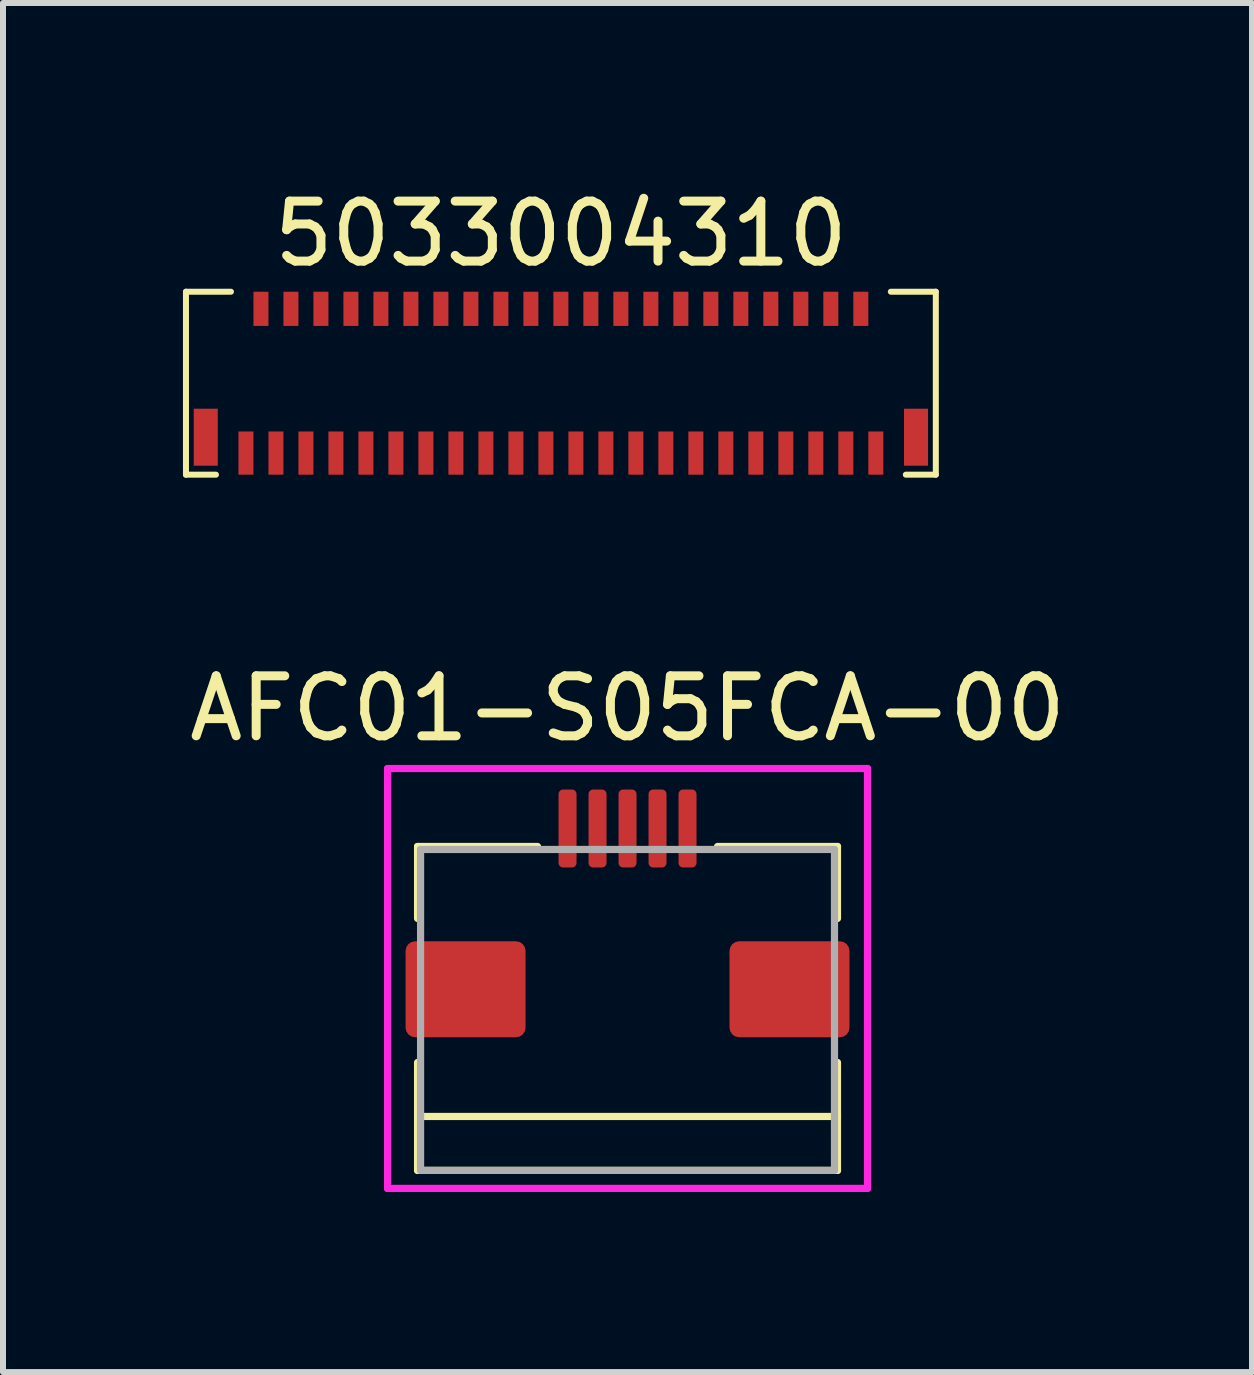
<source format=kicad_pcb>
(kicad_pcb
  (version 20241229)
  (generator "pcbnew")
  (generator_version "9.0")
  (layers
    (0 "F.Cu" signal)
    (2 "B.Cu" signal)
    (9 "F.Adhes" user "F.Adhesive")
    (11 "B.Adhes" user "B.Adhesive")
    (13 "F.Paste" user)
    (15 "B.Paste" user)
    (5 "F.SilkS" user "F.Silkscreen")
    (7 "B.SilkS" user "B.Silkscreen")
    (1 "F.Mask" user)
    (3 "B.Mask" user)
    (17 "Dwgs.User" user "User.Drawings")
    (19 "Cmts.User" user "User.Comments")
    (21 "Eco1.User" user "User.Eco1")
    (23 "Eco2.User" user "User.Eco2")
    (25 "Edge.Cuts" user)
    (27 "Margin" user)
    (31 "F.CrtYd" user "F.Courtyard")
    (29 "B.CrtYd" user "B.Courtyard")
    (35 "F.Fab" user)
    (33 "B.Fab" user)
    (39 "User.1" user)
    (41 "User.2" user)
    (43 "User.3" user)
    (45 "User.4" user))
  (footprint "5033004310"
    (layer "F.Cu")
    (at 6.3 2.098)
    (property "Reference" "5033004310" (at 0 -1.25 0) (layer "F.SilkS") (effects (font (size 1 1) (thickness 0.15))))
    (attr through_hole)
    (fp_line (start -6.25 -0.285) (end -6.25 2.765) (stroke (width 0.1) (type solid)) (layer "F.SilkS"))
    (fp_line (start -6.25 -0.285) (end -5.5 -0.285) (stroke (width 0.1) (type solid)) (layer "F.SilkS"))
    (fp_line (start -6.25 2.765) (end -5.75 2.765) (stroke (width 0.1) (type solid)) (layer "F.SilkS"))
    (fp_line (start 6.25 -0.285) (end 5.5 -0.285) (stroke (width 0.1) (type solid)) (layer "F.SilkS"))
    (fp_line (start 6.25 -0.285) (end 6.25 2.765) (stroke (width 0.1) (type solid)) (layer "F.SilkS"))
    (fp_line (start 6.25 2.765) (end 5.75 2.765) (stroke (width 0.1) (type solid)) (layer "F.SilkS"))
    (pad "1" smd rect (at 5.25 2.405) (size 0.25 0.72) (layers "F.Cu" "F.Mask" "F.Paste"))
    (pad "2" smd rect (at 5 0) (size 0.25 0.57) (layers "F.Cu" "F.Mask" "F.Paste"))
    (pad "3" smd rect (at 4.75 2.405) (size 0.25 0.72) (layers "F.Cu" "F.Mask" "F.Paste"))
    (pad "4" smd rect (at 4.5 0) (size 0.25 0.57) (layers "F.Cu" "F.Mask" "F.Paste"))
    (pad "5" smd rect (at 4.25 2.405) (size 0.25 0.72) (layers "F.Cu" "F.Mask" "F.Paste"))
    (pad "6" smd rect (at 4 0) (size 0.25 0.57) (layers "F.Cu" "F.Mask" "F.Paste"))
    (pad "7" smd rect (at 3.75 2.405) (size 0.25 0.72) (layers "F.Cu" "F.Mask" "F.Paste"))
    (pad "8" smd rect (at 3.5 0) (size 0.25 0.57) (layers "F.Cu" "F.Mask" "F.Paste"))
    (pad "9" smd rect (at 3.25 2.405) (size 0.25 0.72) (layers "F.Cu" "F.Mask" "F.Paste"))
    (pad "10" smd rect (at 3 0) (size 0.25 0.57) (layers "F.Cu" "F.Mask" "F.Paste"))
    (pad "11" smd rect (at 2.75 2.405) (size 0.25 0.72) (layers "F.Cu" "F.Mask" "F.Paste"))
    (pad "12" smd rect (at 2.5 0) (size 0.25 0.57) (layers "F.Cu" "F.Mask" "F.Paste"))
    (pad "13" smd rect (at 2.25 2.405) (size 0.25 0.72) (layers "F.Cu" "F.Mask" "F.Paste"))
    (pad "14" smd rect (at 2 0) (size 0.25 0.57) (layers "F.Cu" "F.Mask" "F.Paste"))
    (pad "15" smd rect (at 1.75 2.405) (size 0.25 0.72) (layers "F.Cu" "F.Mask" "F.Paste"))
    (pad "16" smd rect (at 1.5 0) (size 0.25 0.57) (layers "F.Cu" "F.Mask" "F.Paste"))
    (pad "17" smd rect (at 1.25 2.405) (size 0.25 0.72) (layers "F.Cu" "F.Mask" "F.Paste"))
    (pad "18" smd rect (at 1 0) (size 0.25 0.57) (layers "F.Cu" "F.Mask" "F.Paste"))
    (pad "19" smd rect (at 0.75 2.405) (size 0.25 0.72) (layers "F.Cu" "F.Mask" "F.Paste"))
    (pad "20" smd rect (at 0.5 0) (size 0.25 0.57) (layers "F.Cu" "F.Mask" "F.Paste"))
    (pad "21" smd rect (at 0.25 2.405) (size 0.25 0.72) (layers "F.Cu" "F.Mask" "F.Paste"))
    (pad "22" smd rect (at 0 0) (size 0.25 0.57) (layers "F.Cu" "F.Mask" "F.Paste"))
    (pad "23" smd rect (at -0.25 2.405) (size 0.25 0.72) (layers "F.Cu" "F.Mask" "F.Paste"))
    (pad "24" smd rect (at -0.5 0) (size 0.25 0.57) (layers "F.Cu" "F.Mask" "F.Paste"))
    (pad "25" smd rect (at -0.75 2.405) (size 0.25 0.72) (layers "F.Cu" "F.Mask" "F.Paste"))
    (pad "26" smd rect (at -1 0) (size 0.25 0.57) (layers "F.Cu" "F.Mask" "F.Paste"))
    (pad "27" smd rect (at -1.25 2.405) (size 0.25 0.72) (layers "F.Cu" "F.Mask" "F.Paste"))
    (pad "28" smd rect (at -1.5 0) (size 0.25 0.57) (layers "F.Cu" "F.Mask" "F.Paste"))
    (pad "29" smd rect (at -1.75 2.405) (size 0.25 0.72) (layers "F.Cu" "F.Mask" "F.Paste"))
    (pad "30" smd rect (at -2 0) (size 0.25 0.57) (layers "F.Cu" "F.Mask" "F.Paste"))
    (pad "31" smd rect (at -2.25 2.405) (size 0.25 0.72) (layers "F.Cu" "F.Mask" "F.Paste"))
    (pad "32" smd rect (at -2.5 0) (size 0.25 0.57) (layers "F.Cu" "F.Mask" "F.Paste"))
    (pad "33" smd rect (at -2.75 2.405) (size 0.25 0.72) (layers "F.Cu" "F.Mask" "F.Paste"))
    (pad "34" smd rect (at -3 0) (size 0.25 0.57) (layers "F.Cu" "F.Mask" "F.Paste"))
    (pad "35" smd rect (at -3.25 2.405) (size 0.25 0.72) (layers "F.Cu" "F.Mask" "F.Paste"))
    (pad "36" smd rect (at -3.5 0) (size 0.25 0.57) (layers "F.Cu" "F.Mask" "F.Paste"))
    (pad "37" smd rect (at -3.75 2.405) (size 0.25 0.72) (layers "F.Cu" "F.Mask" "F.Paste"))
    (pad "38" smd rect (at -4 0) (size 0.25 0.57) (layers "F.Cu" "F.Mask" "F.Paste"))
    (pad "39" smd rect (at -4.25 2.405) (size 0.25 0.72) (layers "F.Cu" "F.Mask" "F.Paste"))
    (pad "40" smd rect (at -4.5 0) (size 0.25 0.57) (layers "F.Cu" "F.Mask" "F.Paste"))
    (pad "41" smd rect (at -4.75 2.405) (size 0.25 0.72) (layers "F.Cu" "F.Mask" "F.Paste"))
    (pad "42" smd rect (at -5 0) (size 0.25 0.57) (layers "F.Cu" "F.Mask" "F.Paste"))
    (pad "43" smd rect (at -5.25 2.405) (size 0.25 0.72) (layers "F.Cu" "F.Mask" "F.Paste"))
    (pad "MP" smd rect (at -5.92 2.14) (size 0.4 0.95) (layers "F.Cu" "F.Mask" "F.Paste"))
    (pad "MP" smd rect (at 5.92 2.14) (size 0.4 0.95) (layers "F.Cu" "F.Mask" "F.Paste")))
  (footprint "AFC01-S05FCA-00"
    (layer "F.Cu")
    (at 7.411 10.761)
    (property "Reference" "AFC01-S05FCA-00" (at 0 -2 0) (layer "F.SilkS") (effects (font (size 1 1) (thickness 0.15))))
    (attr through_hole)
    (fp_line (start -3.5 0.3) (end -3.5 1.5) (stroke (width 0.12) (type solid)) (layer "F.SilkS"))
    (fp_line (start -3.5 0.3) (end -1.5 0.3) (stroke (width 0.12) (type solid)) (layer "F.SilkS"))
    (fp_line (start -3.5 3.9) (end -3.5 5.7) (stroke (width 0.12) (type solid)) (layer "F.SilkS"))
    (fp_line (start -3.5 4.8) (end 3.5 4.8) (stroke (width 0.12) (type solid)) (layer "F.SilkS"))
    (fp_line (start 1.5 0.3) (end 3.5 0.3) (stroke (width 0.12) (type solid)) (layer "F.SilkS"))
    (fp_line (start 3.5 0.3) (end 3.5 1.5) (stroke (width 0.12) (type solid)) (layer "F.SilkS"))
    (fp_line (start 3.5 3.9) (end 3.5 5.7) (stroke (width 0.12) (type solid)) (layer "F.SilkS"))
    (fp_line (start 3.5 5.7) (end -3.5 5.7) (stroke (width 0.12) (type solid)) (layer "F.SilkS"))
    (fp_line (start -4 -1) (end 4 -1) (stroke (width 0.12) (type solid)) (layer "F.CrtYd"))
    (fp_line (start -4 6) (end -4 -1) (stroke (width 0.12) (type solid)) (layer "F.CrtYd"))
    (fp_line (start 4 -1) (end 4 6) (stroke (width 0.12) (type solid)) (layer "F.CrtYd"))
    (fp_line (start 4 6) (end -4 6) (stroke (width 0.12) (type solid)) (layer "F.CrtYd"))
    (fp_line (start -3.45 0.35) (end -3.45 5.7) (stroke (width 0.12) (type solid)) (layer "F.Fab"))
    (fp_line (start -3.45 0.35) (end 3.45 0.35) (stroke (width 0.12) (type solid)) (layer "F.Fab"))
    (fp_line (start -3.45 5.7) (end 3.45 5.7) (stroke (width 0.12) (type solid)) (layer "F.Fab"))
    (fp_line (start 3.45 5.7) (end 3.45 0.35) (stroke (width 0.12) (type solid)) (layer "F.Fab"))
    (pad "" smd roundrect (at -2.7 2.68) (size 2 1.6) (layers "F.Cu" "F.Mask" "F.Paste") (roundrect_rratio 0.1))
    (pad "" smd roundrect (at 2.7 2.68) (size 2 1.6) (layers "F.Cu" "F.Mask" "F.Paste") (roundrect_rratio 0.1))
    (pad "1" smd roundrect (at -1 0) (size 0.3 1.3) (layers "F.Cu" "F.Mask" "F.Paste") (roundrect_rratio 0.25))
    (pad "2" smd roundrect (at -0.5 0) (size 0.3 1.3) (layers "F.Cu" "F.Mask" "F.Paste") (roundrect_rratio 0.25))
    (pad "3" smd roundrect (at 0 0) (size 0.3 1.3) (layers "F.Cu" "F.Mask" "F.Paste") (roundrect_rratio 0.25))
    (pad "4" smd roundrect (at 0.5 0) (size 0.3 1.3) (layers "F.Cu" "F.Mask" "F.Paste") (roundrect_rratio 0.25))
    (pad "5" smd roundrect (at 1 0) (size 0.3 1.3) (layers "F.Cu" "F.Mask" "F.Paste") (roundrect_rratio 0.25)))
  (gr_rect
    (start -3 -3)
    (end 17.821 19.822)
    (stroke (width 0.1) (type default))
    (fill no)
    (layer "Edge.Cuts")))
</source>
